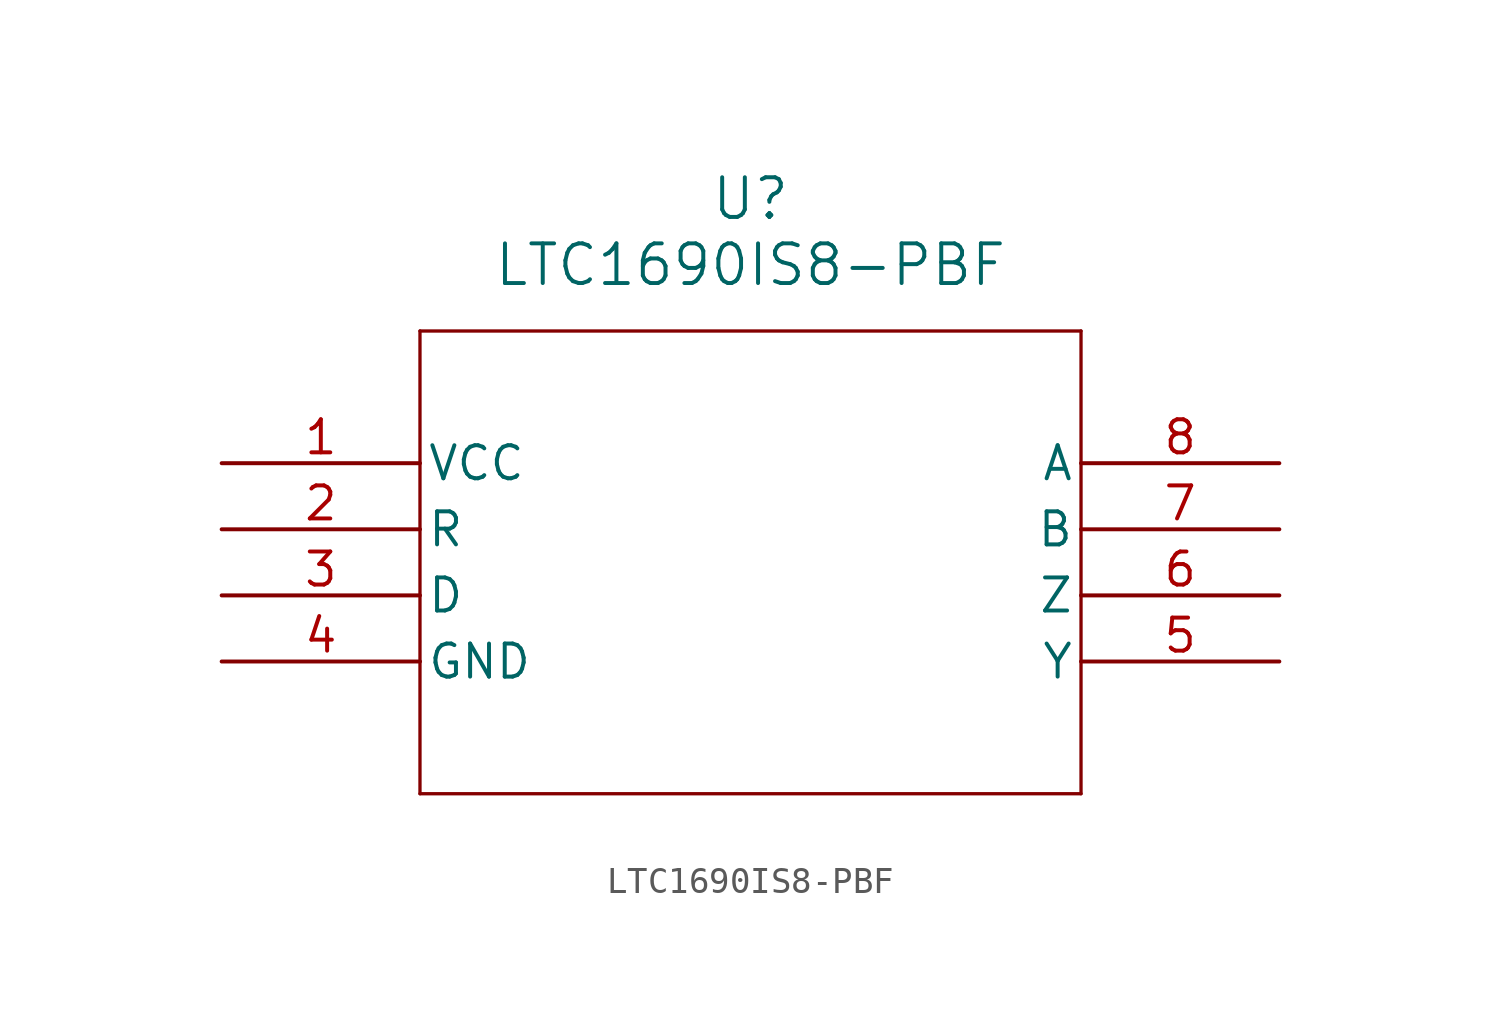
<source format=kicad_sym>
(kicad_symbol_lib
  (version 20211014)
  (generator kicad_symbol_editor)
  (symbol "LTC1690IS8-PBF"
    (pin_names
      (offset 0.254))
    (property "Reference" "U"
      (at 20.32 10.16 0)
      (effects (font (size 1.524 1.524))))
    (property "Value" "LTC1690IS8-PBF"
      (at 20.32 7.62 0)
      (effects (font (size 1.524 1.524))))
    (symbol "LTC1690IS8-PBF_0_1"
      (polyline (pts (xy 7.62 5.08) (xy 7.62 -12.7)) (stroke (width 0.127) (type default) (color 0 0 0 0)) (fill (type none)))
      (polyline (pts (xy 7.62 -12.7) (xy 33.02 -12.7)) (stroke (width 0.127) (type default) (color 0 0 0 0)) (fill (type none)))
      (polyline (pts (xy 33.02 -12.7) (xy 33.02 5.08)) (stroke (width 0.127) (type default) (color 0 0 0 0)) (fill (type none)))
      (polyline (pts (xy 33.02 5.08) (xy 7.62 5.08)) (stroke (width 0.127) (type default) (color 0 0 0 0)) (fill (type none)))
      (pin power_in line (at 0 0 0) (length 7.62) (name "VCC" (effects (font (size 1.27 1.27)))) (number "1" (effects (font (size 1.27 1.27)))))
      (pin output line (at 0 -2.54 0) (length 7.62) (name "R" (effects (font (size 1.27 1.27)))) (number "2" (effects (font (size 1.27 1.27)))))
      (pin input line (at 0 -5.08 0) (length 7.62) (name "D" (effects (font (size 1.27 1.27)))) (number "3" (effects (font (size 1.27 1.27)))))
      (pin power_in line (at 0 -7.62 0) (length 7.62) (name "GND" (effects (font (size 1.27 1.27)))) (number "4" (effects (font (size 1.27 1.27)))))
      (pin output line (at 40.64 -7.62 180) (length 7.62) (name "Y" (effects (font (size 1.27 1.27)))) (number "5" (effects (font (size 1.27 1.27)))))
      (pin output line (at 40.64 -5.08 180) (length 7.62) (name "Z" (effects (font (size 1.27 1.27)))) (number "6" (effects (font (size 1.27 1.27)))))
      (pin input line (at 40.64 -2.54 180) (length 7.62) (name "B" (effects (font (size 1.27 1.27)))) (number "7" (effects (font (size 1.27 1.27)))))
      (pin input line (at 40.64 0 180) (length 7.62) (name "A" (effects (font (size 1.27 1.27)))) (number "8" (effects (font (size 1.27 1.27))))))))
</source>
